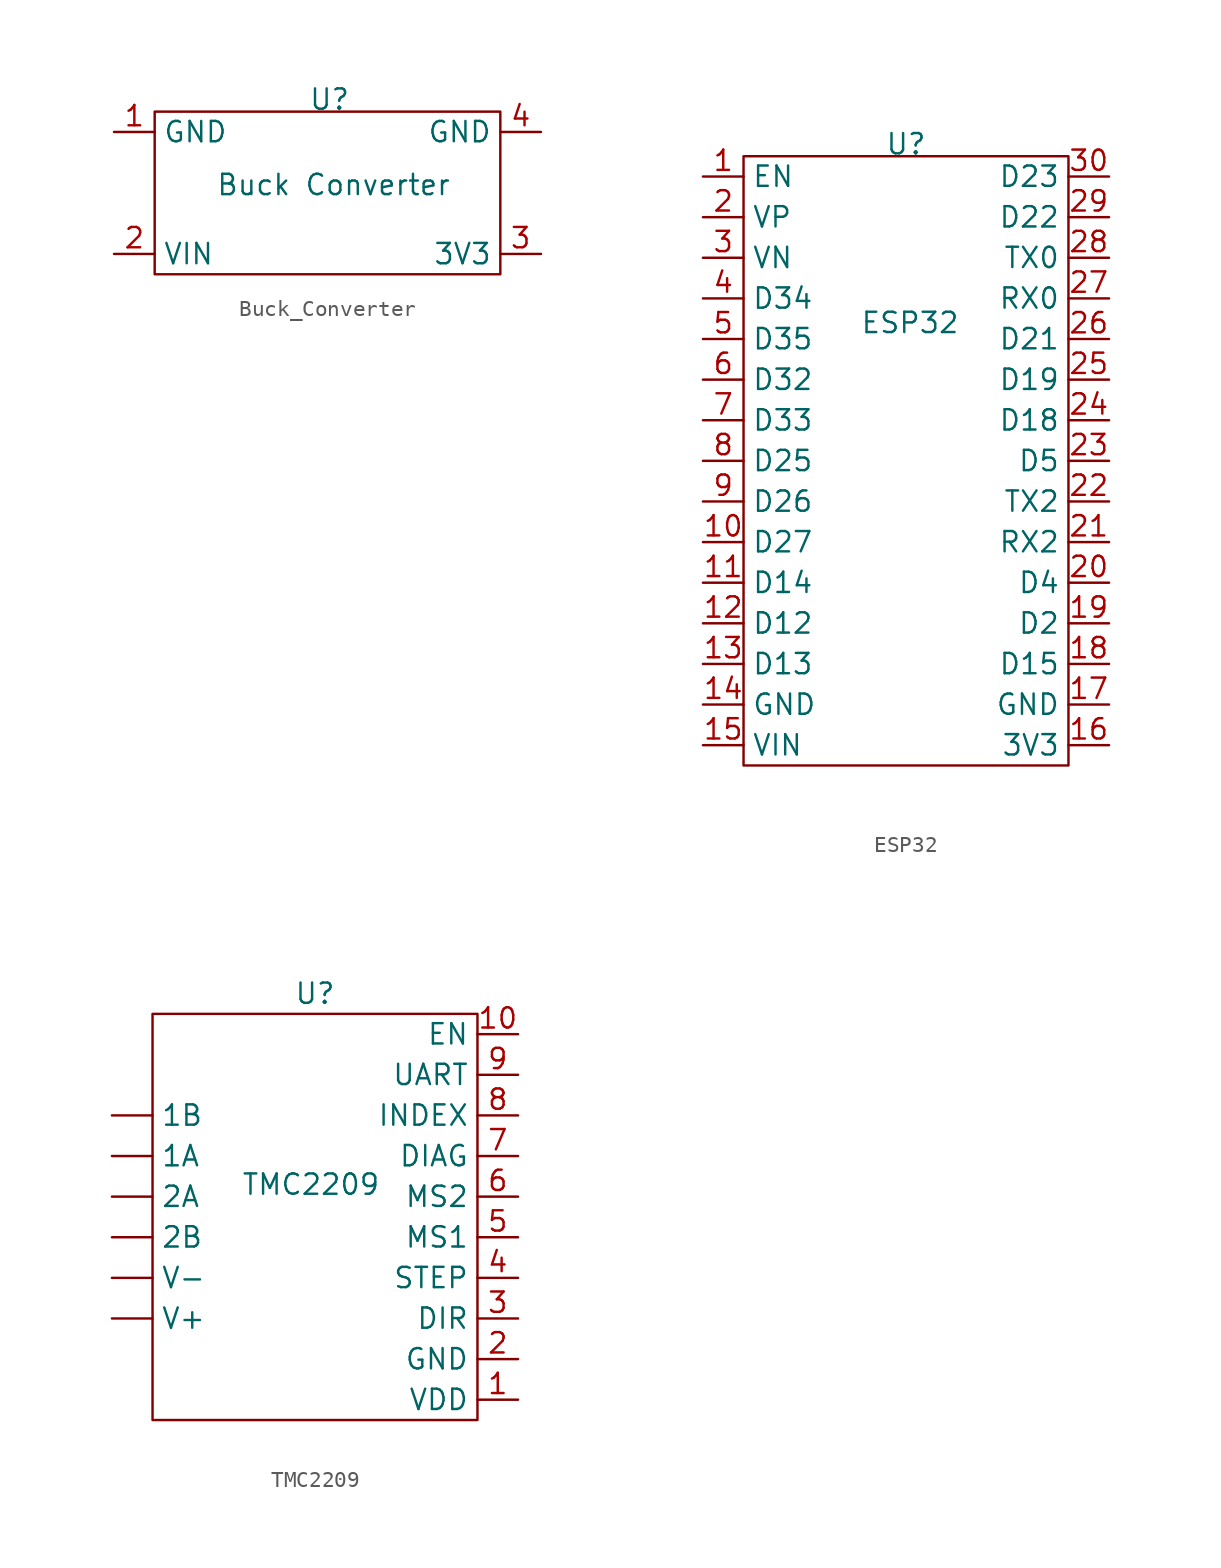
<source format=kicad_sym>
(kicad_symbol_lib
  (version 20241209)
  (generator "kicad_symbol_editor")
  (generator_version "9.0")
  (symbol "Buck_Converter"
    (property "Reference" "U"
      (at -0.508 0.762 0)
      (effects (font (size 1.27 1.27))))
    (property "Value" "Buck Converter"
      (at -0.254 -4.572 0)
      (effects (font (size 1.27 1.27))))
    (symbol "Buck_Converter_0_1"
      (rectangle (start -11.43 0) (end 10.16 -10.16) (stroke (width 0) (type default)) (fill (type none))))
    (symbol "Buck_Converter_1_1"
      (pin power_in line (at -13.97 -1.27 0) (length 2.54) (name "GND" (effects (font (size 1.27 1.27)))) (number "1" (effects (font (size 1.27 1.27)))))
      (pin power_in line (at -13.97 -8.89 0) (length 2.54) (name "VIN" (effects (font (size 1.27 1.27)))) (number "2" (effects (font (size 1.27 1.27)))))
      (pin power_out line (at 12.7 -1.27 180) (length 2.54) (name "GND" (effects (font (size 1.27 1.27)))) (number "4" (effects (font (size 1.27 1.27)))))
      (pin power_out line (at 12.7 -8.89 180) (length 2.54) (name "3V3" (effects (font (size 1.27 1.27)))) (number "3" (effects (font (size 1.27 1.27)))))))
  (symbol "ESP32"
    (property "Reference" "U"
      (at 0 0.762 0)
      (effects (font (size 1.27 1.27))))
    (property "Value" "ESP32"
      (at 0.254 -10.414 0)
      (effects (font (size 1.27 1.27))))
    (symbol "ESP32_0_1"
      (rectangle (start -10.16 0) (end 10.16 -38.1) (stroke (width 0) (type default)) (fill (type none))))
    (symbol "ESP32_1_1"
      (pin input line (at -12.7 -1.27 0) (length 2.54) (name "EN" (effects (font (size 1.27 1.27)))) (number "1" (effects (font (size 1.27 1.27)))))
      (pin power_in line (at -12.7 -3.81 0) (length 2.54) (name "VP" (effects (font (size 1.27 1.27)))) (number "2" (effects (font (size 1.27 1.27)))))
      (pin power_in line (at -12.7 -6.35 0) (length 2.54) (name "VN" (effects (font (size 1.27 1.27)))) (number "3" (effects (font (size 1.27 1.27)))))
      (pin bidirectional line (at -12.7 -8.89 0) (length 2.54) (name "D34" (effects (font (size 1.27 1.27)))) (number "4" (effects (font (size 1.27 1.27)))))
      (pin bidirectional line (at -12.7 -11.43 0) (length 2.54) (name "D35" (effects (font (size 1.27 1.27)))) (number "5" (effects (font (size 1.27 1.27)))))
      (pin bidirectional line (at -12.7 -13.97 0) (length 2.54) (name "D32" (effects (font (size 1.27 1.27)))) (number "6" (effects (font (size 1.27 1.27)))))
      (pin bidirectional line (at -12.7 -16.51 0) (length 2.54) (name "D33" (effects (font (size 1.27 1.27)))) (number "7" (effects (font (size 1.27 1.27)))))
      (pin bidirectional line (at -12.7 -19.05 0) (length 2.54) (name "D25" (effects (font (size 1.27 1.27)))) (number "8" (effects (font (size 1.27 1.27)))))
      (pin bidirectional line (at -12.7 -21.59 0) (length 2.54) (name "D26" (effects (font (size 1.27 1.27)))) (number "9" (effects (font (size 1.27 1.27)))))
      (pin bidirectional line (at -12.7 -24.13 0) (length 2.54) (name "D27" (effects (font (size 1.27 1.27)))) (number "10" (effects (font (size 1.27 1.27)))))
      (pin bidirectional line (at -12.7 -26.67 0) (length 2.54) (name "D14" (effects (font (size 1.27 1.27)))) (number "11" (effects (font (size 1.27 1.27)))))
      (pin bidirectional line (at -12.7 -29.21 0) (length 2.54) (name "D12" (effects (font (size 1.27 1.27)))) (number "12" (effects (font (size 1.27 1.27)))))
      (pin bidirectional line (at -12.7 -31.75 0) (length 2.54) (name "D13" (effects (font (size 1.27 1.27)))) (number "13" (effects (font (size 1.27 1.27)))))
      (pin power_in line (at -12.7 -34.29 0) (length 2.54) (name "GND" (effects (font (size 1.27 1.27)))) (number "14" (effects (font (size 1.27 1.27)))))
      (pin power_in line (at -12.7 -36.83 0) (length 2.54) (name "VIN" (effects (font (size 1.27 1.27)))) (number "15" (effects (font (size 1.27 1.27)))))
      (pin bidirectional line (at 12.7 -1.27 180) (length 2.54) (name "D23" (effects (font (size 1.27 1.27)))) (number "30" (effects (font (size 1.27 1.27)))))
      (pin bidirectional line (at 12.7 -3.81 180) (length 2.54) (name "D22" (effects (font (size 1.27 1.27)))) (number "29" (effects (font (size 1.27 1.27)))))
      (pin bidirectional line (at 12.7 -6.35 180) (length 2.54) (name "TX0" (effects (font (size 1.27 1.27)))) (number "28" (effects (font (size 1.27 1.27)))))
      (pin bidirectional line (at 12.7 -8.89 180) (length 2.54) (name "RX0" (effects (font (size 1.27 1.27)))) (number "27" (effects (font (size 1.27 1.27)))))
      (pin bidirectional line (at 12.7 -11.43 180) (length 2.54) (name "D21" (effects (font (size 1.27 1.27)))) (number "26" (effects (font (size 1.27 1.27)))))
      (pin bidirectional line (at 12.7 -13.97 180) (length 2.54) (name "D19" (effects (font (size 1.27 1.27)))) (number "25" (effects (font (size 1.27 1.27)))))
      (pin bidirectional line (at 12.7 -16.51 180) (length 2.54) (name "D18" (effects (font (size 1.27 1.27)))) (number "24" (effects (font (size 1.27 1.27)))))
      (pin bidirectional line (at 12.7 -19.05 180) (length 2.54) (name "D5" (effects (font (size 1.27 1.27)))) (number "23" (effects (font (size 1.27 1.27)))))
      (pin bidirectional line (at 12.7 -21.59 180) (length 2.54) (name "TX2" (effects (font (size 1.27 1.27)))) (number "22" (effects (font (size 1.27 1.27)))))
      (pin bidirectional line (at 12.7 -24.13 180) (length 2.54) (name "RX2" (effects (font (size 1.27 1.27)))) (number "21" (effects (font (size 1.27 1.27)))))
      (pin bidirectional line (at 12.7 -26.67 180) (length 2.54) (name "D4" (effects (font (size 1.27 1.27)))) (number "20" (effects (font (size 1.27 1.27)))))
      (pin bidirectional line (at 12.7 -29.21 180) (length 2.54) (name "D2" (effects (font (size 1.27 1.27)))) (number "19" (effects (font (size 1.27 1.27)))))
      (pin bidirectional line (at 12.7 -31.75 180) (length 2.54) (name "D15" (effects (font (size 1.27 1.27)))) (number "18" (effects (font (size 1.27 1.27)))))
      (pin power_in line (at 12.7 -34.29 180) (length 2.54) (name "GND" (effects (font (size 1.27 1.27)))) (number "17" (effects (font (size 1.27 1.27)))))
      (pin power_out line (at 12.7 -36.83 180) (length 2.54) (name "3V3" (effects (font (size 1.27 1.27)))) (number "16" (effects (font (size 1.27 1.27)))))))
  (symbol "TMC2209"
    (property "Reference" "U"
      (at 0 1.27 0)
      (effects (font (size 1.27 1.27))))
    (property "Value" "TMC2209"
      (at -0.254 -10.668 0)
      (effects (font (size 1.27 1.27))))
    (symbol "TMC2209_0_1"
      (rectangle (start -10.16 0) (end 10.16 -25.4) (stroke (width 0) (type default)) (fill (type none))))
    (symbol "TMC2209_1_1"
      (pin power_out line (at -12.7 -6.35 0) (length 2.54) (name "1B" (effects (font (size 1.27 1.27)))) (number "" (effects (font (size 1.27 1.27)))))
      (pin power_out line (at -12.7 -8.89 0) (length 2.54) (name "1A" (effects (font (size 1.27 1.27)))) (number "" (effects (font (size 1.27 1.27)))))
      (pin power_out line (at -12.7 -11.43 0) (length 2.54) (name "2A" (effects (font (size 1.27 1.27)))) (number "" (effects (font (size 1.27 1.27)))))
      (pin power_out line (at -12.7 -13.97 0) (length 2.54) (name "2B" (effects (font (size 1.27 1.27)))) (number "" (effects (font (size 1.27 1.27)))))
      (pin power_in line (at -12.7 -16.51 0) (length 2.54) (name "V-" (effects (font (size 1.27 1.27)))) (number "" (effects (font (size 1.27 1.27)))))
      (pin power_in line (at -12.7 -19.05 0) (length 2.54) (name "V+" (effects (font (size 1.27 1.27)))) (number "" (effects (font (size 1.27 1.27)))))
      (pin input line (at 12.7 -1.27 180) (length 2.54) (name "EN" (effects (font (size 1.27 1.27)))) (number "10" (effects (font (size 1.27 1.27)))))
      (pin input line (at 12.7 -3.81 180) (length 2.54) (name "UART" (effects (font (size 1.27 1.27)))) (number "9" (effects (font (size 1.27 1.27)))))
      (pin input line (at 12.7 -6.35 180) (length 2.54) (name "INDEX" (effects (font (size 1.27 1.27)))) (number "8" (effects (font (size 1.27 1.27)))))
      (pin output line (at 12.7 -8.89 180) (length 2.54) (name "DIAG" (effects (font (size 1.27 1.27)))) (number "7" (effects (font (size 1.27 1.27)))))
      (pin input line (at 12.7 -11.43 180) (length 2.54) (name "MS2" (effects (font (size 1.27 1.27)))) (number "6" (effects (font (size 1.27 1.27)))))
      (pin input line (at 12.7 -13.97 180) (length 2.54) (name "MS1" (effects (font (size 1.27 1.27)))) (number "5" (effects (font (size 1.27 1.27)))))
      (pin input line (at 12.7 -16.51 180) (length 2.54) (name "STEP" (effects (font (size 1.27 1.27)))) (number "4" (effects (font (size 1.27 1.27)))))
      (pin input line (at 12.7 -19.05 180) (length 2.54) (name "DIR" (effects (font (size 1.27 1.27)))) (number "3" (effects (font (size 1.27 1.27)))))
      (pin power_in line (at 12.7 -21.59 180) (length 2.54) (name "GND" (effects (font (size 1.27 1.27)))) (number "2" (effects (font (size 1.27 1.27)))))
      (pin power_in line (at 12.7 -24.13 180) (length 2.54) (name "VDD" (effects (font (size 1.27 1.27)))) (number "1" (effects (font (size 1.27 1.27))))))))
</source>
